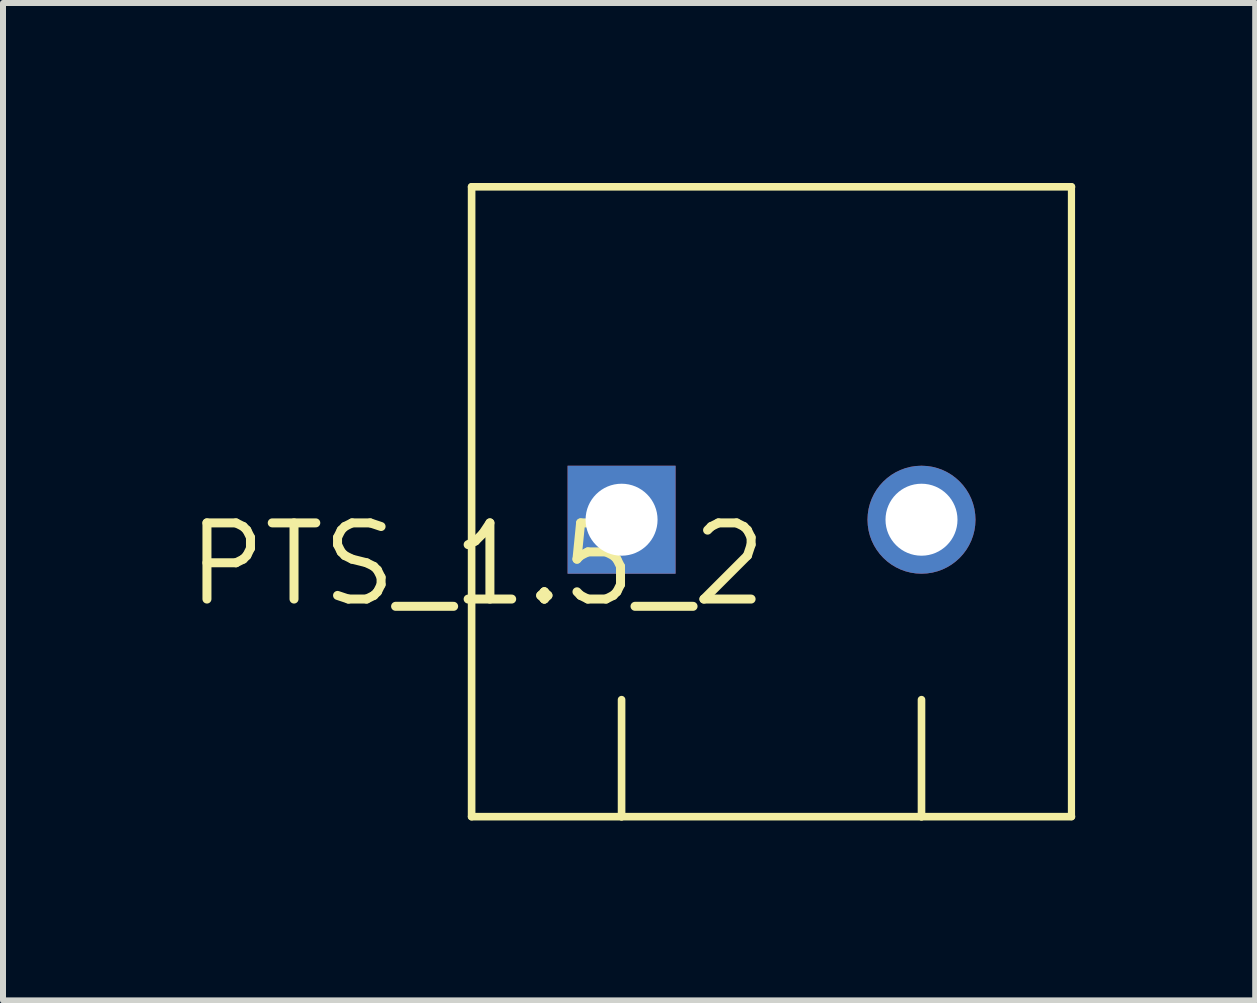
<source format=kicad_pcb>
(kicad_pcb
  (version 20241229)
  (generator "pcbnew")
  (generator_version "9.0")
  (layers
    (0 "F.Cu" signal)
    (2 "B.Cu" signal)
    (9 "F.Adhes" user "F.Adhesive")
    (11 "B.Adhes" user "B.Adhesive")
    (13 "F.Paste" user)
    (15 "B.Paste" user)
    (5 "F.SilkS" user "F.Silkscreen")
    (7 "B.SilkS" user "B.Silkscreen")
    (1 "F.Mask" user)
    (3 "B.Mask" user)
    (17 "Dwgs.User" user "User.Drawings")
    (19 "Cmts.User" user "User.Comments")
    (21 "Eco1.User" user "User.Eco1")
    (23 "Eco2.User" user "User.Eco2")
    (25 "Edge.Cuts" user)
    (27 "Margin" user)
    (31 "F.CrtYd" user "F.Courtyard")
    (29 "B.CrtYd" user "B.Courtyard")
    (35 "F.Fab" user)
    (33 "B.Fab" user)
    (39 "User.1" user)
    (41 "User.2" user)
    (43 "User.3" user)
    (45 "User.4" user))
  (footprint "PTS_1.5_2"
    (layer "F.Cu")
    (at 9.812 5.614)
    (property "Reference" "PTS_1.5_2" (at 0 0 0) (layer "F.SilkS") (effects (font (size 1.27 1.27) (thickness 0.15)) (justify right top)))
    (attr through_hole)
    (fp_line (start -5 -5.55) (end -5 4.95) (stroke (width 0.127) (type solid)) (layer "F.SilkS"))
    (fp_line (start -5 4.95) (end -2.5 4.95) (stroke (width 0.127) (type solid)) (layer "F.SilkS"))
    (fp_line (start -2.5 4.95) (end -2.5 3) (stroke (width 0.127) (type solid)) (layer "F.SilkS"))
    (fp_line (start -2.5 4.95) (end 2.5 4.95) (stroke (width 0.127) (type solid)) (layer "F.SilkS"))
    (fp_line (start 2.5 4.95) (end 2.5 3) (stroke (width 0.127) (type solid)) (layer "F.SilkS"))
    (fp_line (start 2.5 4.95) (end 5 4.95) (stroke (width 0.127) (type solid)) (layer "F.SilkS"))
    (fp_line (start 5 -5.55) (end -5 -5.55) (stroke (width 0.127) (type solid)) (layer "F.SilkS"))
    (fp_line (start 5 4.95) (end 5 -5.55) (stroke (width 0.12) (type solid)) (layer "F.SilkS"))
    (pad "P$1" thru_hole rect (at -2.5 0) (size 1.8 1.8) (drill 1.2) (layers "*.Cu" "*.Mask"))
    (pad "P$2" thru_hole circle (at 2.5 0) (size 1.8 1.8) (drill 1.2) (layers "*.Cu" "*.Mask")))
  (gr_rect
    (start -3 -3)
    (end 17.875 13.627)
    (stroke (width 0.1) (type default))
    (fill no)
    (layer "Edge.Cuts")))
</source>
